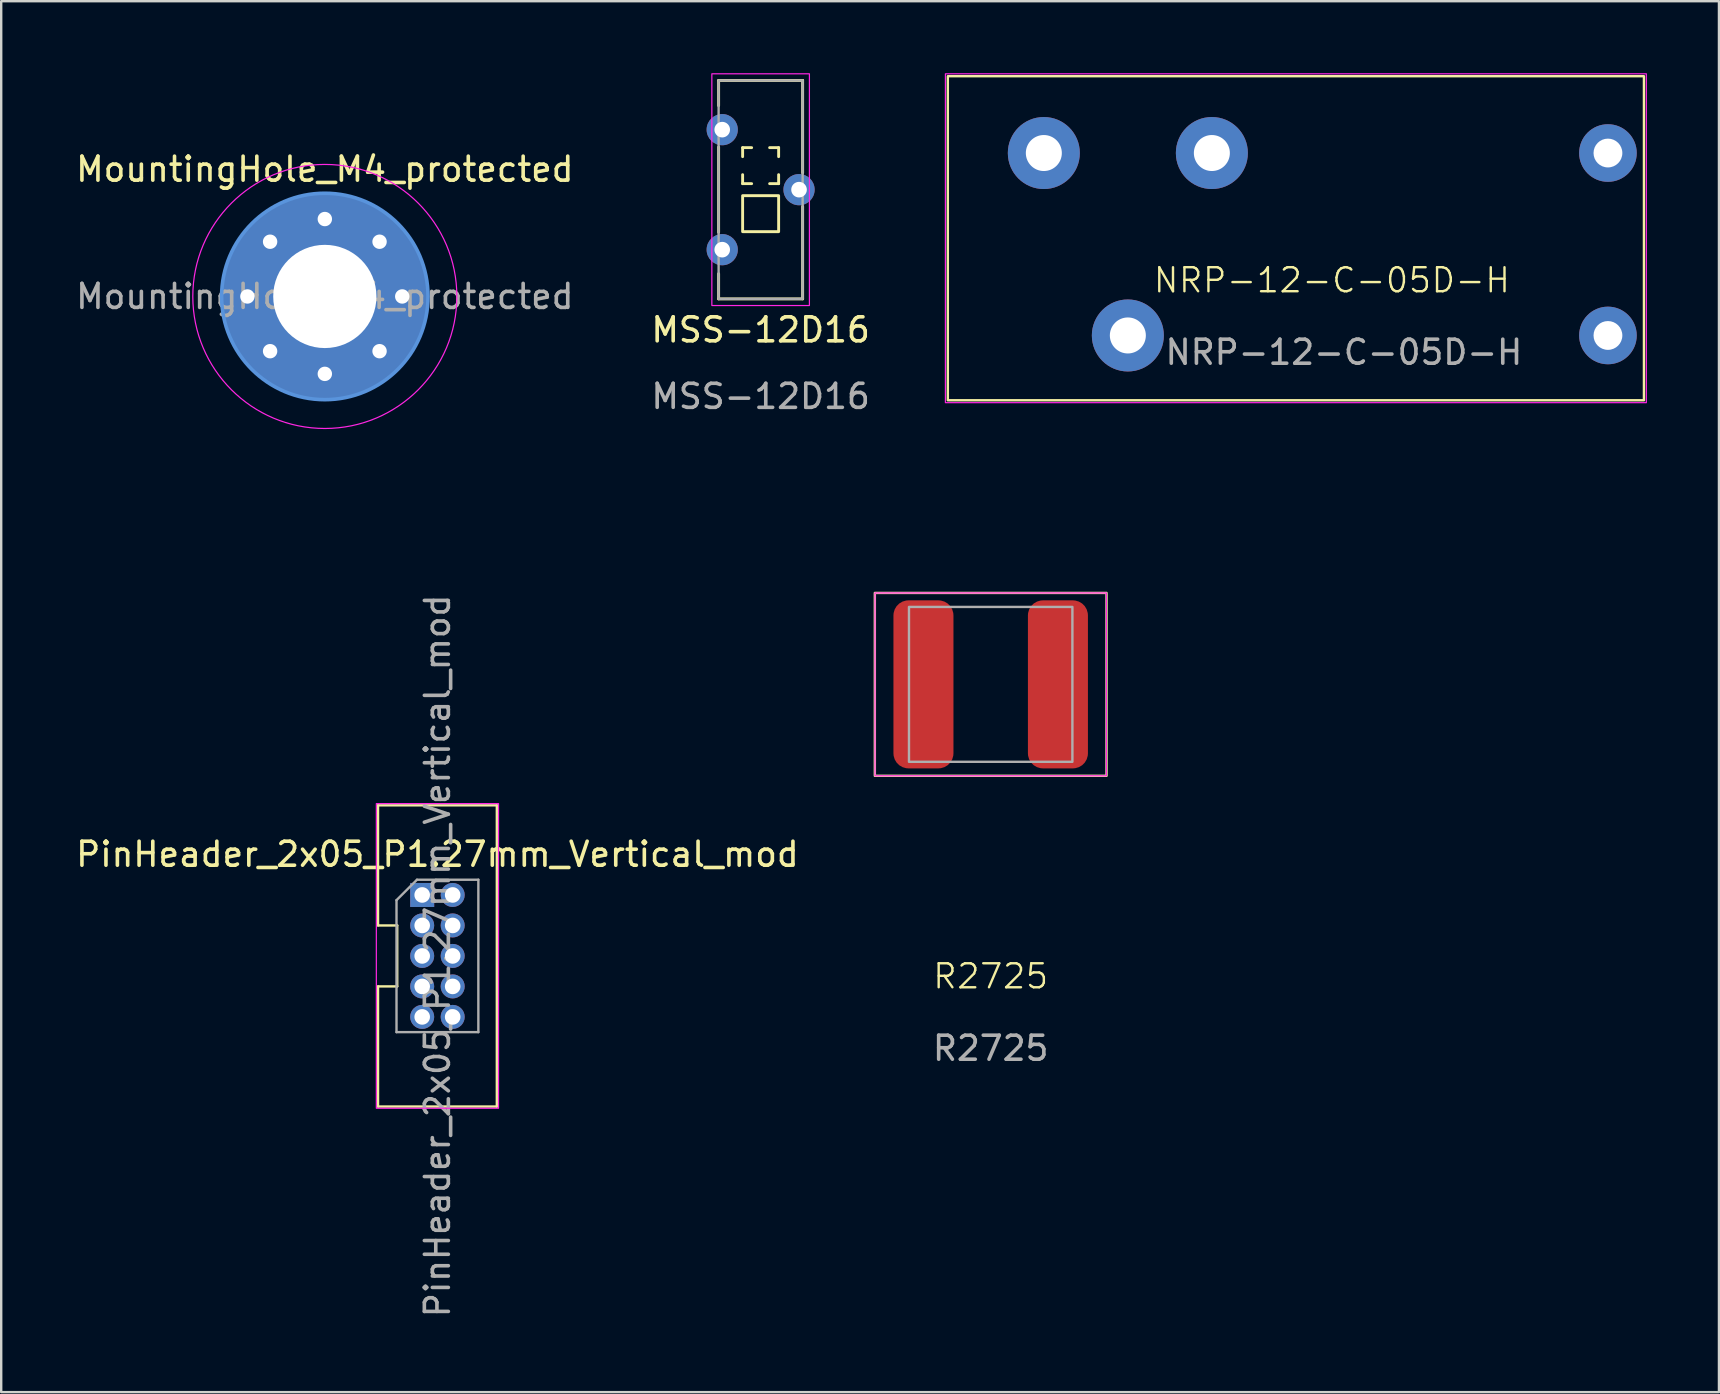
<source format=kicad_pcb>
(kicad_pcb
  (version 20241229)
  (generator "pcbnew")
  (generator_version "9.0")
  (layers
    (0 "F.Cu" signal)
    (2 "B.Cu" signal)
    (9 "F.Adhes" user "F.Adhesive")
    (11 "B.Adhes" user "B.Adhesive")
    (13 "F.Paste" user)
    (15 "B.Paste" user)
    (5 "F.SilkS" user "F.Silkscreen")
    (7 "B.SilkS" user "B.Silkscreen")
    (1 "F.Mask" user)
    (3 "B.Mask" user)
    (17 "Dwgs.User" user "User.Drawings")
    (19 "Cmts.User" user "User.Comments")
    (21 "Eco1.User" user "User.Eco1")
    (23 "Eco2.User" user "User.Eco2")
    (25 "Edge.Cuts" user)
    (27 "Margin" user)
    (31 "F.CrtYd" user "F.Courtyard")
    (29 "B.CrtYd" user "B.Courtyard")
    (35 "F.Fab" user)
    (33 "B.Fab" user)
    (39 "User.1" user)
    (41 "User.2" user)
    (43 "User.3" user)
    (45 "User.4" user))
  (footprint "PinHeader_2x05_P1.27mm_Vertical_mod"
    (layer "F.Cu")
    (at 14.538 34.233)
    (property "Reference" "PinHeader_2x05_P1.27mm_Vertical_mod" (at 0.635 -1.695 0) (layer "F.SilkS") (effects (font (size 1 1) (thickness 0.15))))
    (attr through_hole)
    (fp_line (start -1.84 -3.735) (end -1.84 1.27) (stroke (width 0.1) (type default)) (layer "F.SilkS"))
    (fp_line (start -1.84 3.81) (end -1.04 3.81) (stroke (width 0.1) (type default)) (layer "F.SilkS"))
    (fp_line (start -1.84 8.815) (end -1.84 3.81) (stroke (width 0.1) (type default)) (layer "F.SilkS"))
    (fp_line (start -1.84 8.815) (end 3.11 8.815) (stroke (width 0.1) (type default)) (layer "F.SilkS"))
    (fp_line (start -1.04 1.27) (end -1.84 1.27) (stroke (width 0.1) (type default)) (layer "F.SilkS"))
    (fp_line (start -1.04 1.27) (end -1.04 3.81) (stroke (width 0.1) (type default)) (layer "F.SilkS"))
    (fp_line (start 3.11 -3.735) (end -1.84 -3.735) (stroke (width 0.1) (type default)) (layer "F.SilkS"))
    (fp_line (start 3.11 8.815) (end 3.11 -3.735) (stroke (width 0.1) (type default)) (layer "F.SilkS"))
    (fp_rect (start -1.91 -3.805) (end 3.18 8.885) (stroke (width 0.05) (type default)) (fill no) (layer "F.CrtYd"))
    (fp_line (start -1.07 0.217) (end -0.217 -0.635) (stroke (width 0.1) (type solid)) (layer "F.Fab"))
    (fp_line (start -1.07 5.715) (end -1.07 0.217) (stroke (width 0.1) (type solid)) (layer "F.Fab"))
    (fp_line (start -0.217 -0.635) (end 2.34 -0.635) (stroke (width 0.1) (type solid)) (layer "F.Fab"))
    (fp_line (start 2.34 -0.635) (end 2.34 5.715) (stroke (width 0.1) (type solid)) (layer "F.Fab"))
    (fp_line (start 2.34 5.715) (end -1.07 5.715) (stroke (width 0.1) (type solid)) (layer "F.Fab"))
    (fp_text user "${REFERENCE}" (at 0.635 2.54 90) (layer "F.Fab") (effects (font (size 1 1) (thickness 0.15))))
    (pad "1" thru_hole rect (at 0 0) (size 1 1) (drill 0.65) (layers "*.Cu" "*.Mask"))
    (pad "2" thru_hole oval (at 1.27 0) (size 1 1) (drill 0.65) (layers "*.Cu" "*.Mask"))
    (pad "3" thru_hole oval (at 0 1.27) (size 1 1) (drill 0.65) (layers "*.Cu" "*.Mask"))
    (pad "4" thru_hole oval (at 1.27 1.27) (size 1 1) (drill 0.65) (layers "*.Cu" "*.Mask"))
    (pad "5" thru_hole oval (at 0 2.54) (size 1 1) (drill 0.65) (layers "*.Cu" "*.Mask"))
    (pad "6" thru_hole oval (at 1.27 2.54) (size 1 1) (drill 0.65) (layers "*.Cu" "*.Mask"))
    (pad "7" thru_hole oval (at 0 3.81) (size 1 1) (drill 0.65) (layers "*.Cu" "*.Mask"))
    (pad "8" thru_hole oval (at 1.27 3.81) (size 1 1) (drill 0.65) (layers "*.Cu" "*.Mask"))
    (pad "9" thru_hole oval (at 0 5.08) (size 1 1) (drill 0.65) (layers "*.Cu" "*.Mask"))
    (pad "10" thru_hole oval (at 1.27 5.08) (size 1 1) (drill 0.65) (layers "*.Cu" "*.Mask")))
  (footprint "MountingHole_M4_protected"
    (layer "F.Cu")
    (at 10.482 9.3)
    (property "Reference" "MountingHole_M4_protected" (at 0 -5.3 0) (layer "F.SilkS") (effects (font (size 1 1) (thickness 0.15))))
    (attr exclude_from_pos_files exclude_from_bom)
    (fp_circle (center 0 0) (end 4.3 0) (stroke (width 0.15) (type solid)) (fill no) (layer "Cmts.User"))
    (fp_circle (center 0 0) (end 5.5 0) (stroke (width 0.05) (type solid)) (fill no) (layer "F.CrtYd"))
    (fp_text user "${REFERENCE}" (at 0 0 0) (layer "F.Fab") (effects (font (size 1 1) (thickness 0.15))))
    (pad "1" thru_hole circle (at -3.225 0) (size 0.9 0.9) (drill 0.6) (layers "*.Cu" "*.Mask"))
    (pad "1" thru_hole circle (at -2.28 -2.28) (size 0.9 0.9) (drill 0.6) (layers "*.Cu" "*.Mask"))
    (pad "1" thru_hole circle (at -2.28 2.28) (size 0.9 0.9) (drill 0.6) (layers "*.Cu" "*.Mask"))
    (pad "1" thru_hole circle (at 0 -3.225) (size 0.9 0.9) (drill 0.6) (layers "*.Cu" "*.Mask"))
    (pad "1" thru_hole circle (at 0 0) (size 8.6 8.6) (drill 4.3) (layers "*.Cu" "*.Mask"))
    (pad "1" thru_hole circle (at 0 3.225) (size 0.9 0.9) (drill 0.6) (layers "*.Cu" "*.Mask"))
    (pad "1" thru_hole circle (at 2.28 -2.28) (size 0.9 0.9) (drill 0.6) (layers "*.Cu" "*.Mask"))
    (pad "1" thru_hole circle (at 2.28 2.28) (size 0.9 0.9) (drill 0.6) (layers "*.Cu" "*.Mask"))
    (pad "1" thru_hole circle (at 3.225 0) (size 0.9 0.9) (drill 0.6) (layers "*.Cu" "*.Mask"))
    (zone (net_name "") (layers "F.Cu" "B.Cu") (hatch edge 0.5) (connect_pads) (min_thickness 0.25) (filled_areas_thickness no) (keepout (tracks not_allowed) (vias not_allowed) (pads not_allowed) (copperpour not_allowed) (footprints allowed)) (placement (enabled no)) (fill) (polygon (pts (xy 19.782 9.3) (xy 19.762 8.692) (xy 19.703 8.086) (xy 19.603 7.486) (xy 19.465 6.893) (xy 19.289 6.311) (xy 19.074 5.741) (xy 18.823 5.187) (xy 18.536 4.65) (xy 18.215 4.133) (xy 17.86 3.639) (xy 17.474 3.168) (xy 17.058 2.724) (xy 16.614 2.308) (xy 16.144 1.922) (xy 15.649 1.567) (xy 15.132 1.246) (xy 14.595 0.959) (xy 14.041 0.708) (xy 13.472 0.494) (xy 12.889 0.317) (xy 12.296 0.179) (xy 11.696 0.08) (xy 11.09 0.02) (xy 10.482 0) (xy 9.874 0.02) (xy 9.268 0.08) (xy 8.668 0.179) (xy 8.075 0.317) (xy 7.493 0.494) (xy 6.923 0.708) (xy 6.369 0.959) (xy 5.832 1.246) (xy 5.315 1.567) (xy 4.821 1.922) (xy 4.35 2.308) (xy 3.906 2.724) (xy 3.49 3.168) (xy 3.104 3.639) (xy 2.749 4.133) (xy 2.428 4.65) (xy 2.141 5.187) (xy 1.89 5.741) (xy 1.676 6.311) (xy 1.499 6.893) (xy 1.361 7.486) (xy 1.262 8.086) (xy 1.202 8.692) (xy 1.182 9.3) (xy 1.202 9.908) (xy 1.262 10.514) (xy 1.361 11.114) (xy 1.499 11.707) (xy 1.676 12.289) (xy 1.89 12.859) (xy 2.141 13.413) (xy 2.428 13.95) (xy 2.749 14.467) (xy 3.104 14.961) (xy 3.49 15.432) (xy 3.906 15.876) (xy 4.35 16.292) (xy 4.821 16.678) (xy 5.315 17.033) (xy 5.832 17.354) (xy 6.369 17.641) (xy 6.923 17.892) (xy 7.493 18.106) (xy 8.075 18.283) (xy 8.668 18.421) (xy 9.268 18.52) (xy 9.874 18.58) (xy 10.482 18.6) (xy 11.09 18.58) (xy 11.696 18.52) (xy 12.296 18.421) (xy 12.889 18.283) (xy 13.472 18.106) (xy 14.041 17.892) (xy 14.595 17.641) (xy 15.132 17.354) (xy 15.649 17.033) (xy 16.144 16.678) (xy 16.614 16.292) (xy 17.058 15.876) (xy 17.474 15.432) (xy 17.86 14.961) (xy 18.215 14.467) (xy 18.536 13.95) (xy 18.823 13.413) (xy 19.074 12.859) (xy 19.289 12.289) (xy 19.465 11.707) (xy 19.603 11.114) (xy 19.703 10.514) (xy 19.762 9.908)))))
  (footprint "R2725"
    (layer "F.Cu")
    (at 38.221 25.46)
    (property "Reference" "R2725" (at 0 12.16 0) (unlocked yes) (layer "F.SilkS") (effects (font (size 1 1) (thickness 0.1))))
    (attr smd)
    (fp_rect (start -4.826 -3.81) (end 4.826 3.81) (stroke (width 0.1) (type default)) (fill no) (layer "F.SilkS"))
    (fp_rect (start -4.82 -3.81) (end 4.82 3.81) (stroke (width 0.05) (type default)) (fill no) (layer "F.CrtYd"))
    (fp_rect (start 3.404 3.226) (end -3.404 -3.226) (stroke (width 0.1) (type default)) (fill no) (layer "F.Fab"))
    (fp_text user "${REFERENCE}" (at 0 15.16 0) (unlocked yes) (layer "F.Fab") (effects (font (size 1 1) (thickness 0.15))))
    (pad "1" smd roundrect (at -2.801 0) (size 2.5 7) (layers "F.Cu" "F.Mask" "F.Paste") (roundrect_rratio 0.25))
    (pad "2" smd roundrect (at 2.801 0) (size 2.5 7) (layers "F.Cu" "F.Mask" "F.Paste") (roundrect_rratio 0.25)))
  (footprint "NRP-12-C-05D-H"
    (layer "F.Cu")
    (at 63.935 7.125)
    (property "Reference" "NRP-12-C-05D-H" (at -11.5 1.5 0) (unlocked yes) (layer "F.SilkS") (effects (font (size 1 1) (thickness 0.1))))
    (attr through_hole)
    (fp_rect (start -27.5 -7) (end 1.5 6.5) (stroke (width 0.1) (type default)) (fill no) (layer "F.SilkS"))
    (fp_rect (start 1.6 6.6) (end -27.6 -7.1) (stroke (width 0.05) (type default)) (fill no) (layer "F.CrtYd"))
    (fp_text user "${REFERENCE}" (at -11 4.5 0) (unlocked yes) (layer "F.Fab") (effects (font (size 1 1) (thickness 0.15))))
    (pad "1" thru_hole circle (at -20 3.8) (size 3 3) (drill 1.5) (layers "*.Cu" "*.Mask"))
    (pad "2" thru_hole circle (at 0 3.8) (size 2.4 2.4) (drill 1.2) (layers "*.Cu" "*.Mask"))
    (pad "3" thru_hole circle (at -23.5 -3.8) (size 3 3) (drill 1.5) (layers "*.Cu" "*.Mask"))
    (pad "4" thru_hole circle (at -16.5 -3.8) (size 3 3) (drill 1.5) (layers "*.Cu" "*.Mask"))
    (pad "5" thru_hole circle (at 0 -3.8) (size 2.4 2.4) (drill 1.2) (layers "*.Cu" "*.Mask")))
  (footprint "MSS-12D16"
    (layer "F.Cu")
    (at 28.637 4.851)
    (property "Reference" "MSS-12D16" (at 0 5.842 0) (unlocked yes) (layer "F.SilkS") (effects (font (size 1 1) (thickness 0.15))))
    (attr through_hole)
    (fp_line (start -1.75 -3.5) (end -1.75 -4.55) (stroke (width 0.12) (type default)) (layer "F.SilkS"))
    (fp_line (start -1.75 -1.778) (end -1.75 1.778) (stroke (width 0.12) (type default)) (layer "F.SilkS"))
    (fp_line (start -1.75 4.55) (end -1.75 3.5) (stroke (width 0.12) (type default)) (layer "F.SilkS"))
    (fp_line (start -0.75 -1.75) (end -0.75 -1.375) (stroke (width 0.12) (type solid)) (layer "F.SilkS"))
    (fp_line (start -0.75 -1.75) (end -0.375 -1.75) (stroke (width 0.12) (type solid)) (layer "F.SilkS"))
    (fp_line (start -0.75 -0.25) (end -0.75 -0.625) (stroke (width 0.12) (type solid)) (layer "F.SilkS"))
    (fp_line (start -0.75 -0.25) (end -0.375 -0.25) (stroke (width 0.12) (type solid)) (layer "F.SilkS"))
    (fp_line (start 0.75 -1.75) (end 0.375 -1.75) (stroke (width 0.12) (type solid)) (layer "F.SilkS"))
    (fp_line (start 0.75 -1.75) (end 0.75 -1.375) (stroke (width 0.12) (type solid)) (layer "F.SilkS"))
    (fp_line (start 0.75 -0.25) (end 0.375 -0.25) (stroke (width 0.12) (type solid)) (layer "F.SilkS"))
    (fp_line (start 0.75 -0.25) (end 0.75 -0.625) (stroke (width 0.12) (type solid)) (layer "F.SilkS"))
    (fp_line (start 1.75 -4.55) (end -1.75 -4.55) (stroke (width 0.12) (type default)) (layer "F.SilkS"))
    (fp_line (start 1.75 -4.55) (end 1.75 -0.7) (stroke (width 0.12) (type default)) (layer "F.SilkS"))
    (fp_line (start 1.75 0.7) (end 1.75 4.55) (stroke (width 0.12) (type default)) (layer "F.SilkS"))
    (fp_line (start 1.75 4.55) (end -1.75 4.55) (stroke (width 0.12) (type default)) (layer "F.SilkS"))
    (fp_rect (start 0.75 1.75) (end -0.75 0.25) (stroke (width 0.12) (type default)) (fill no) (layer "F.SilkS"))
    (fp_rect (start -2.032 -4.826) (end 2.032 4.826) (stroke (width 0.05) (type default)) (fill no) (layer "F.CrtYd"))
    (fp_rect (start -1.75 -4.55) (end 1.75 4.55) (stroke (width 0.1) (type default)) (fill no) (layer "F.Fab"))
    (fp_text user "${REFERENCE}" (at 0 8.612 0) (unlocked yes) (layer "F.Fab") (effects (font (size 1 1) (thickness 0.15))))
    (pad "1" thru_hole circle (at -1.6 -2.5) (size 1.3 1.3) (drill 0.65) (layers "*.Cu" "*.Mask"))
    (pad "2" thru_hole circle (at 1.6 0) (size 1.3 1.3) (drill 0.65) (layers "*.Cu" "*.Mask"))
    (pad "3" thru_hole circle (at -1.6 2.5) (size 1.3 1.3) (drill 0.65) (layers "*.Cu" "*.Mask")))
  (gr_rect
    (start -3 -3)
    (end 68.56 54.945)
    (stroke (width 0.1) (type default))
    (fill no)
    (layer "Edge.Cuts")))
</source>
